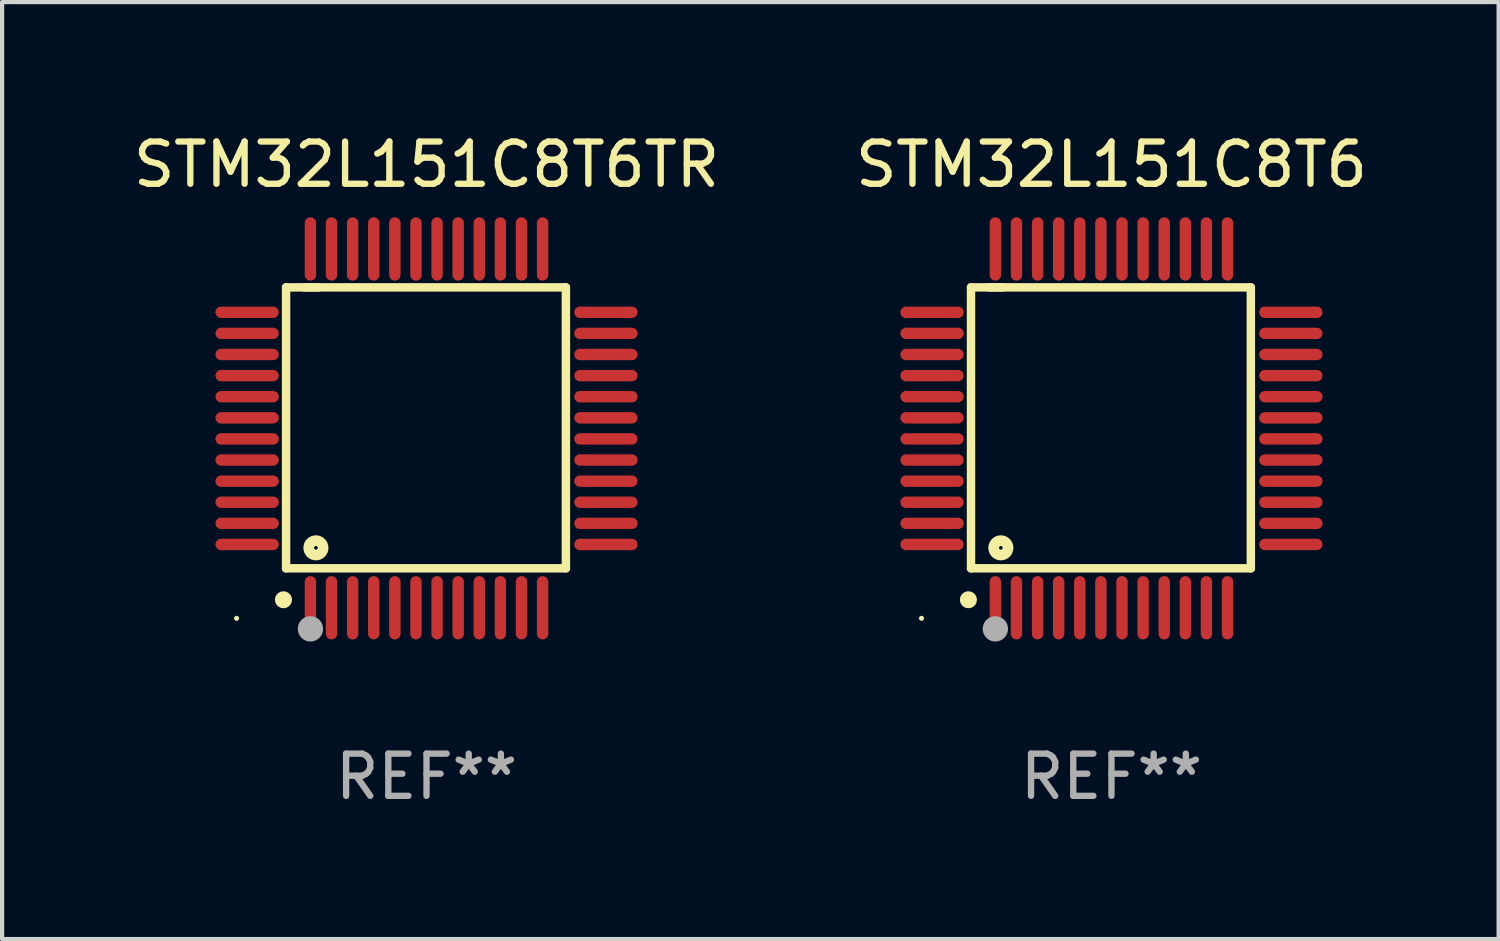
<source format=kicad_pcb>
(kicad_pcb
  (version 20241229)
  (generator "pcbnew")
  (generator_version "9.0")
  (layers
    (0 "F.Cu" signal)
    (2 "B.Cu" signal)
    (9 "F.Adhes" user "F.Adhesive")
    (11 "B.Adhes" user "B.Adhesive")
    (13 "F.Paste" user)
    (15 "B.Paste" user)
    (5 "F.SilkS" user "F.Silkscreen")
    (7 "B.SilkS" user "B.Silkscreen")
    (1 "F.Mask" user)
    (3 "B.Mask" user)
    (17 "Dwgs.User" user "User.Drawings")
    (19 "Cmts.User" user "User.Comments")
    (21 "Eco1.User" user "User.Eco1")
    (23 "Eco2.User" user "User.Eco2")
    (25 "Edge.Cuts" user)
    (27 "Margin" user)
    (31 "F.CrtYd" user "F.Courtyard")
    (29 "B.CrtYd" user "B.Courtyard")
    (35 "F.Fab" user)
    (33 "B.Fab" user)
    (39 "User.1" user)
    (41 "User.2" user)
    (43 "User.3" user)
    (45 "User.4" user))
  (footprint "STM32L151C8T6TR"
    (layer "F.Cu")
    (at 7.054 7.098)
    (property "Reference" "STM32L151C8T6TR" (at 0 -6.25 0) (layer "F.SilkS") (effects (font (size 1 1) (thickness 0.15))))
    (attr through_hole)
    (fp_line (start -3.327 -3.34) (end -2.565 -3.34) (stroke (width 0.2) (type solid)) (layer "F.SilkS"))
    (fp_line (start -3.327 3.315) (end -3.327 -3.34) (stroke (width 0.2) (type solid)) (layer "F.SilkS"))
    (fp_line (start -2.896 -3.34) (end 3.302 -3.34) (stroke (width 0.2) (type solid)) (layer "F.SilkS"))
    (fp_line (start 3.302 -3.34) (end 3.302 3.315) (stroke (width 0.2) (type solid)) (layer "F.SilkS"))
    (fp_line (start 3.302 3.315) (end -3.327 3.315) (stroke (width 0.2) (type solid)) (layer "F.SilkS"))
    (fp_arc (start -3.389992 4.059995) (mid -3.388722 4.059991) (end -3.387452 4.059995) (stroke (width 0.4) (type solid)) (layer "F.SilkS"))
    (fp_circle (center -4.5 4.5) (end -4.47 4.5) (stroke (width 0.06) (type solid)) (fill no) (layer "F.SilkS"))
    (fp_circle (center -2.62 2.83) (end -2.45 2.83) (stroke (width 0.254) (type solid)) (fill no) (layer "F.SilkS"))
    (fp_circle (center -2.75 4.75) (end -2.6 4.75) (stroke (width 0.3) (type solid)) (fill no) (layer "F.Fab"))
    (fp_text user "REF**" (at 0 8.25 0) (layer "F.Fab") (effects (font (size 1 1) (thickness 0.15))))
    (pad "1" smd oval (at -2.75 4.25) (size 0.27 1.5) (layers "F.Cu" "F.Mask" "F.Paste"))
    (pad "2" smd oval (at -2.25 4.25) (size 0.27 1.5) (layers "F.Cu" "F.Mask" "F.Paste"))
    (pad "3" smd oval (at -1.75 4.25) (size 0.27 1.5) (layers "F.Cu" "F.Mask" "F.Paste"))
    (pad "4" smd oval (at -1.25 4.25) (size 0.27 1.5) (layers "F.Cu" "F.Mask" "F.Paste"))
    (pad "5" smd oval (at -0.75 4.25) (size 0.27 1.5) (layers "F.Cu" "F.Mask" "F.Paste"))
    (pad "6" smd oval (at -0.25 4.25) (size 0.27 1.5) (layers "F.Cu" "F.Mask" "F.Paste"))
    (pad "7" smd oval (at 0.25 4.25) (size 0.27 1.5) (layers "F.Cu" "F.Mask" "F.Paste"))
    (pad "8" smd oval (at 0.75 4.25) (size 0.27 1.5) (layers "F.Cu" "F.Mask" "F.Paste"))
    (pad "9" smd oval (at 1.25 4.25) (size 0.27 1.5) (layers "F.Cu" "F.Mask" "F.Paste"))
    (pad "10" smd oval (at 1.75 4.25) (size 0.27 1.5) (layers "F.Cu" "F.Mask" "F.Paste"))
    (pad "11" smd oval (at 2.25 4.25) (size 0.27 1.5) (layers "F.Cu" "F.Mask" "F.Paste"))
    (pad "12" smd oval (at 2.75 4.25) (size 0.27 1.5) (layers "F.Cu" "F.Mask" "F.Paste"))
    (pad "13" smd oval (at 4.25 2.75) (size 1.5 0.27) (layers "F.Cu" "F.Mask" "F.Paste"))
    (pad "14" smd oval (at 4.25 2.25) (size 1.5 0.27) (layers "F.Cu" "F.Mask" "F.Paste"))
    (pad "15" smd oval (at 4.25 1.75) (size 1.5 0.27) (layers "F.Cu" "F.Mask" "F.Paste"))
    (pad "16" smd oval (at 4.25 1.25) (size 1.5 0.27) (layers "F.Cu" "F.Mask" "F.Paste"))
    (pad "17" smd oval (at 4.25 0.75) (size 1.5 0.27) (layers "F.Cu" "F.Mask" "F.Paste"))
    (pad "18" smd oval (at 4.25 0.25) (size 1.5 0.27) (layers "F.Cu" "F.Mask" "F.Paste"))
    (pad "19" smd oval (at 4.25 -0.25) (size 1.5 0.27) (layers "F.Cu" "F.Mask" "F.Paste"))
    (pad "20" smd oval (at 4.25 -0.75) (size 1.5 0.27) (layers "F.Cu" "F.Mask" "F.Paste"))
    (pad "21" smd oval (at 4.25 -1.25) (size 1.5 0.27) (layers "F.Cu" "F.Mask" "F.Paste"))
    (pad "22" smd oval (at 4.25 -1.75) (size 1.5 0.27) (layers "F.Cu" "F.Mask" "F.Paste"))
    (pad "23" smd oval (at 4.25 -2.25) (size 1.5 0.27) (layers "F.Cu" "F.Mask" "F.Paste"))
    (pad "24" smd oval (at 4.25 -2.75) (size 1.5 0.27) (layers "F.Cu" "F.Mask" "F.Paste"))
    (pad "25" smd oval (at 2.75 -4.25) (size 0.27 1.5) (layers "F.Cu" "F.Mask" "F.Paste"))
    (pad "26" smd oval (at 2.25 -4.25) (size 0.27 1.5) (layers "F.Cu" "F.Mask" "F.Paste"))
    (pad "27" smd oval (at 1.75 -4.25) (size 0.27 1.5) (layers "F.Cu" "F.Mask" "F.Paste"))
    (pad "28" smd oval (at 1.25 -4.25) (size 0.27 1.5) (layers "F.Cu" "F.Mask" "F.Paste"))
    (pad "29" smd oval (at 0.75 -4.25) (size 0.27 1.5) (layers "F.Cu" "F.Mask" "F.Paste"))
    (pad "30" smd oval (at 0.25 -4.25) (size 0.27 1.5) (layers "F.Cu" "F.Mask" "F.Paste"))
    (pad "31" smd oval (at -0.25 -4.25) (size 0.27 1.5) (layers "F.Cu" "F.Mask" "F.Paste"))
    (pad "32" smd oval (at -0.75 -4.25) (size 0.27 1.5) (layers "F.Cu" "F.Mask" "F.Paste"))
    (pad "33" smd oval (at -1.25 -4.25) (size 0.27 1.5) (layers "F.Cu" "F.Mask" "F.Paste"))
    (pad "34" smd oval (at -1.75 -4.25) (size 0.27 1.5) (layers "F.Cu" "F.Mask" "F.Paste"))
    (pad "35" smd oval (at -2.25 -4.25) (size 0.27 1.5) (layers "F.Cu" "F.Mask" "F.Paste"))
    (pad "36" smd oval (at -2.75 -4.25) (size 0.27 1.5) (layers "F.Cu" "F.Mask" "F.Paste"))
    (pad "37" smd oval (at -4.25 -2.75) (size 1.5 0.27) (layers "F.Cu" "F.Mask" "F.Paste"))
    (pad "38" smd oval (at -4.25 -2.25) (size 1.5 0.27) (layers "F.Cu" "F.Mask" "F.Paste"))
    (pad "39" smd oval (at -4.25 -1.75) (size 1.5 0.27) (layers "F.Cu" "F.Mask" "F.Paste"))
    (pad "40" smd oval (at -4.25 -1.25) (size 1.5 0.27) (layers "F.Cu" "F.Mask" "F.Paste"))
    (pad "41" smd oval (at -4.25 -0.75) (size 1.5 0.27) (layers "F.Cu" "F.Mask" "F.Paste"))
    (pad "42" smd oval (at -4.25 -0.25) (size 1.5 0.27) (layers "F.Cu" "F.Mask" "F.Paste"))
    (pad "43" smd oval (at -4.25 0.25) (size 1.5 0.27) (layers "F.Cu" "F.Mask" "F.Paste"))
    (pad "44" smd oval (at -4.25 0.75) (size 1.5 0.27) (layers "F.Cu" "F.Mask" "F.Paste"))
    (pad "45" smd oval (at -4.25 1.25) (size 1.5 0.27) (layers "F.Cu" "F.Mask" "F.Paste"))
    (pad "46" smd oval (at -4.25 1.75) (size 1.5 0.27) (layers "F.Cu" "F.Mask" "F.Paste"))
    (pad "47" smd oval (at -4.25 2.25) (size 1.5 0.27) (layers "F.Cu" "F.Mask" "F.Paste"))
    (pad "48" smd oval (at -4.25 2.75) (size 1.5 0.27) (layers "F.Cu" "F.Mask" "F.Paste")))
  (footprint "STM32L151C8T6"
    (layer "F.Cu")
    (at 23.28 7.098)
    (property "Reference" "STM32L151C8T6" (at 0 -6.25 0) (layer "F.SilkS") (effects (font (size 1 1) (thickness 0.15))))
    (attr through_hole)
    (fp_line (start -3.327 -3.34) (end -2.565 -3.34) (stroke (width 0.2) (type solid)) (layer "F.SilkS"))
    (fp_line (start -3.327 3.315) (end -3.327 -3.34) (stroke (width 0.2) (type solid)) (layer "F.SilkS"))
    (fp_line (start -2.896 -3.34) (end 3.302 -3.34) (stroke (width 0.2) (type solid)) (layer "F.SilkS"))
    (fp_line (start 3.302 -3.34) (end 3.302 3.315) (stroke (width 0.2) (type solid)) (layer "F.SilkS"))
    (fp_line (start 3.302 3.315) (end -3.327 3.315) (stroke (width 0.2) (type solid)) (layer "F.SilkS"))
    (fp_arc (start -3.389992 4.059995) (mid -3.388722 4.059991) (end -3.387452 4.059995) (stroke (width 0.4) (type solid)) (layer "F.SilkS"))
    (fp_circle (center -4.5 4.5) (end -4.47 4.5) (stroke (width 0.06) (type solid)) (fill no) (layer "F.SilkS"))
    (fp_circle (center -2.62 2.83) (end -2.45 2.83) (stroke (width 0.254) (type solid)) (fill no) (layer "F.SilkS"))
    (fp_circle (center -2.75 4.75) (end -2.6 4.75) (stroke (width 0.3) (type solid)) (fill no) (layer "F.Fab"))
    (fp_text user "REF**" (at 0 8.25 0) (layer "F.Fab") (effects (font (size 1 1) (thickness 0.15))))
    (pad "1" smd oval (at -2.75 4.25) (size 0.27 1.5) (layers "F.Cu" "F.Mask" "F.Paste"))
    (pad "2" smd oval (at -2.25 4.25) (size 0.27 1.5) (layers "F.Cu" "F.Mask" "F.Paste"))
    (pad "3" smd oval (at -1.75 4.25) (size 0.27 1.5) (layers "F.Cu" "F.Mask" "F.Paste"))
    (pad "4" smd oval (at -1.25 4.25) (size 0.27 1.5) (layers "F.Cu" "F.Mask" "F.Paste"))
    (pad "5" smd oval (at -0.75 4.25) (size 0.27 1.5) (layers "F.Cu" "F.Mask" "F.Paste"))
    (pad "6" smd oval (at -0.25 4.25) (size 0.27 1.5) (layers "F.Cu" "F.Mask" "F.Paste"))
    (pad "7" smd oval (at 0.25 4.25) (size 0.27 1.5) (layers "F.Cu" "F.Mask" "F.Paste"))
    (pad "8" smd oval (at 0.75 4.25) (size 0.27 1.5) (layers "F.Cu" "F.Mask" "F.Paste"))
    (pad "9" smd oval (at 1.25 4.25) (size 0.27 1.5) (layers "F.Cu" "F.Mask" "F.Paste"))
    (pad "10" smd oval (at 1.75 4.25) (size 0.27 1.5) (layers "F.Cu" "F.Mask" "F.Paste"))
    (pad "11" smd oval (at 2.25 4.25) (size 0.27 1.5) (layers "F.Cu" "F.Mask" "F.Paste"))
    (pad "12" smd oval (at 2.75 4.25) (size 0.27 1.5) (layers "F.Cu" "F.Mask" "F.Paste"))
    (pad "13" smd oval (at 4.25 2.75) (size 1.5 0.27) (layers "F.Cu" "F.Mask" "F.Paste"))
    (pad "14" smd oval (at 4.25 2.25) (size 1.5 0.27) (layers "F.Cu" "F.Mask" "F.Paste"))
    (pad "15" smd oval (at 4.25 1.75) (size 1.5 0.27) (layers "F.Cu" "F.Mask" "F.Paste"))
    (pad "16" smd oval (at 4.25 1.25) (size 1.5 0.27) (layers "F.Cu" "F.Mask" "F.Paste"))
    (pad "17" smd oval (at 4.25 0.75) (size 1.5 0.27) (layers "F.Cu" "F.Mask" "F.Paste"))
    (pad "18" smd oval (at 4.25 0.25) (size 1.5 0.27) (layers "F.Cu" "F.Mask" "F.Paste"))
    (pad "19" smd oval (at 4.25 -0.25) (size 1.5 0.27) (layers "F.Cu" "F.Mask" "F.Paste"))
    (pad "20" smd oval (at 4.25 -0.75) (size 1.5 0.27) (layers "F.Cu" "F.Mask" "F.Paste"))
    (pad "21" smd oval (at 4.25 -1.25) (size 1.5 0.27) (layers "F.Cu" "F.Mask" "F.Paste"))
    (pad "22" smd oval (at 4.25 -1.75) (size 1.5 0.27) (layers "F.Cu" "F.Mask" "F.Paste"))
    (pad "23" smd oval (at 4.25 -2.25) (size 1.5 0.27) (layers "F.Cu" "F.Mask" "F.Paste"))
    (pad "24" smd oval (at 4.25 -2.75) (size 1.5 0.27) (layers "F.Cu" "F.Mask" "F.Paste"))
    (pad "25" smd oval (at 2.75 -4.25) (size 0.27 1.5) (layers "F.Cu" "F.Mask" "F.Paste"))
    (pad "26" smd oval (at 2.25 -4.25) (size 0.27 1.5) (layers "F.Cu" "F.Mask" "F.Paste"))
    (pad "27" smd oval (at 1.75 -4.25) (size 0.27 1.5) (layers "F.Cu" "F.Mask" "F.Paste"))
    (pad "28" smd oval (at 1.25 -4.25) (size 0.27 1.5) (layers "F.Cu" "F.Mask" "F.Paste"))
    (pad "29" smd oval (at 0.75 -4.25) (size 0.27 1.5) (layers "F.Cu" "F.Mask" "F.Paste"))
    (pad "30" smd oval (at 0.25 -4.25) (size 0.27 1.5) (layers "F.Cu" "F.Mask" "F.Paste"))
    (pad "31" smd oval (at -0.25 -4.25) (size 0.27 1.5) (layers "F.Cu" "F.Mask" "F.Paste"))
    (pad "32" smd oval (at -0.75 -4.25) (size 0.27 1.5) (layers "F.Cu" "F.Mask" "F.Paste"))
    (pad "33" smd oval (at -1.25 -4.25) (size 0.27 1.5) (layers "F.Cu" "F.Mask" "F.Paste"))
    (pad "34" smd oval (at -1.75 -4.25) (size 0.27 1.5) (layers "F.Cu" "F.Mask" "F.Paste"))
    (pad "35" smd oval (at -2.25 -4.25) (size 0.27 1.5) (layers "F.Cu" "F.Mask" "F.Paste"))
    (pad "36" smd oval (at -2.75 -4.25) (size 0.27 1.5) (layers "F.Cu" "F.Mask" "F.Paste"))
    (pad "37" smd oval (at -4.25 -2.75) (size 1.5 0.27) (layers "F.Cu" "F.Mask" "F.Paste"))
    (pad "38" smd oval (at -4.25 -2.25) (size 1.5 0.27) (layers "F.Cu" "F.Mask" "F.Paste"))
    (pad "39" smd oval (at -4.25 -1.75) (size 1.5 0.27) (layers "F.Cu" "F.Mask" "F.Paste"))
    (pad "40" smd oval (at -4.25 -1.25) (size 1.5 0.27) (layers "F.Cu" "F.Mask" "F.Paste"))
    (pad "41" smd oval (at -4.25 -0.75) (size 1.5 0.27) (layers "F.Cu" "F.Mask" "F.Paste"))
    (pad "42" smd oval (at -4.25 -0.25) (size 1.5 0.27) (layers "F.Cu" "F.Mask" "F.Paste"))
    (pad "43" smd oval (at -4.25 0.25) (size 1.5 0.27) (layers "F.Cu" "F.Mask" "F.Paste"))
    (pad "44" smd oval (at -4.25 0.75) (size 1.5 0.27) (layers "F.Cu" "F.Mask" "F.Paste"))
    (pad "45" smd oval (at -4.25 1.25) (size 1.5 0.27) (layers "F.Cu" "F.Mask" "F.Paste"))
    (pad "46" smd oval (at -4.25 1.75) (size 1.5 0.27) (layers "F.Cu" "F.Mask" "F.Paste"))
    (pad "47" smd oval (at -4.25 2.25) (size 1.5 0.27) (layers "F.Cu" "F.Mask" "F.Paste"))
    (pad "48" smd oval (at -4.25 2.75) (size 1.5 0.27) (layers "F.Cu" "F.Mask" "F.Paste")))
  (gr_rect
    (start -3 -3)
    (end 32.452 19.196)
    (stroke (width 0.1) (type default))
    (fill no)
    (layer "Edge.Cuts")))
</source>
